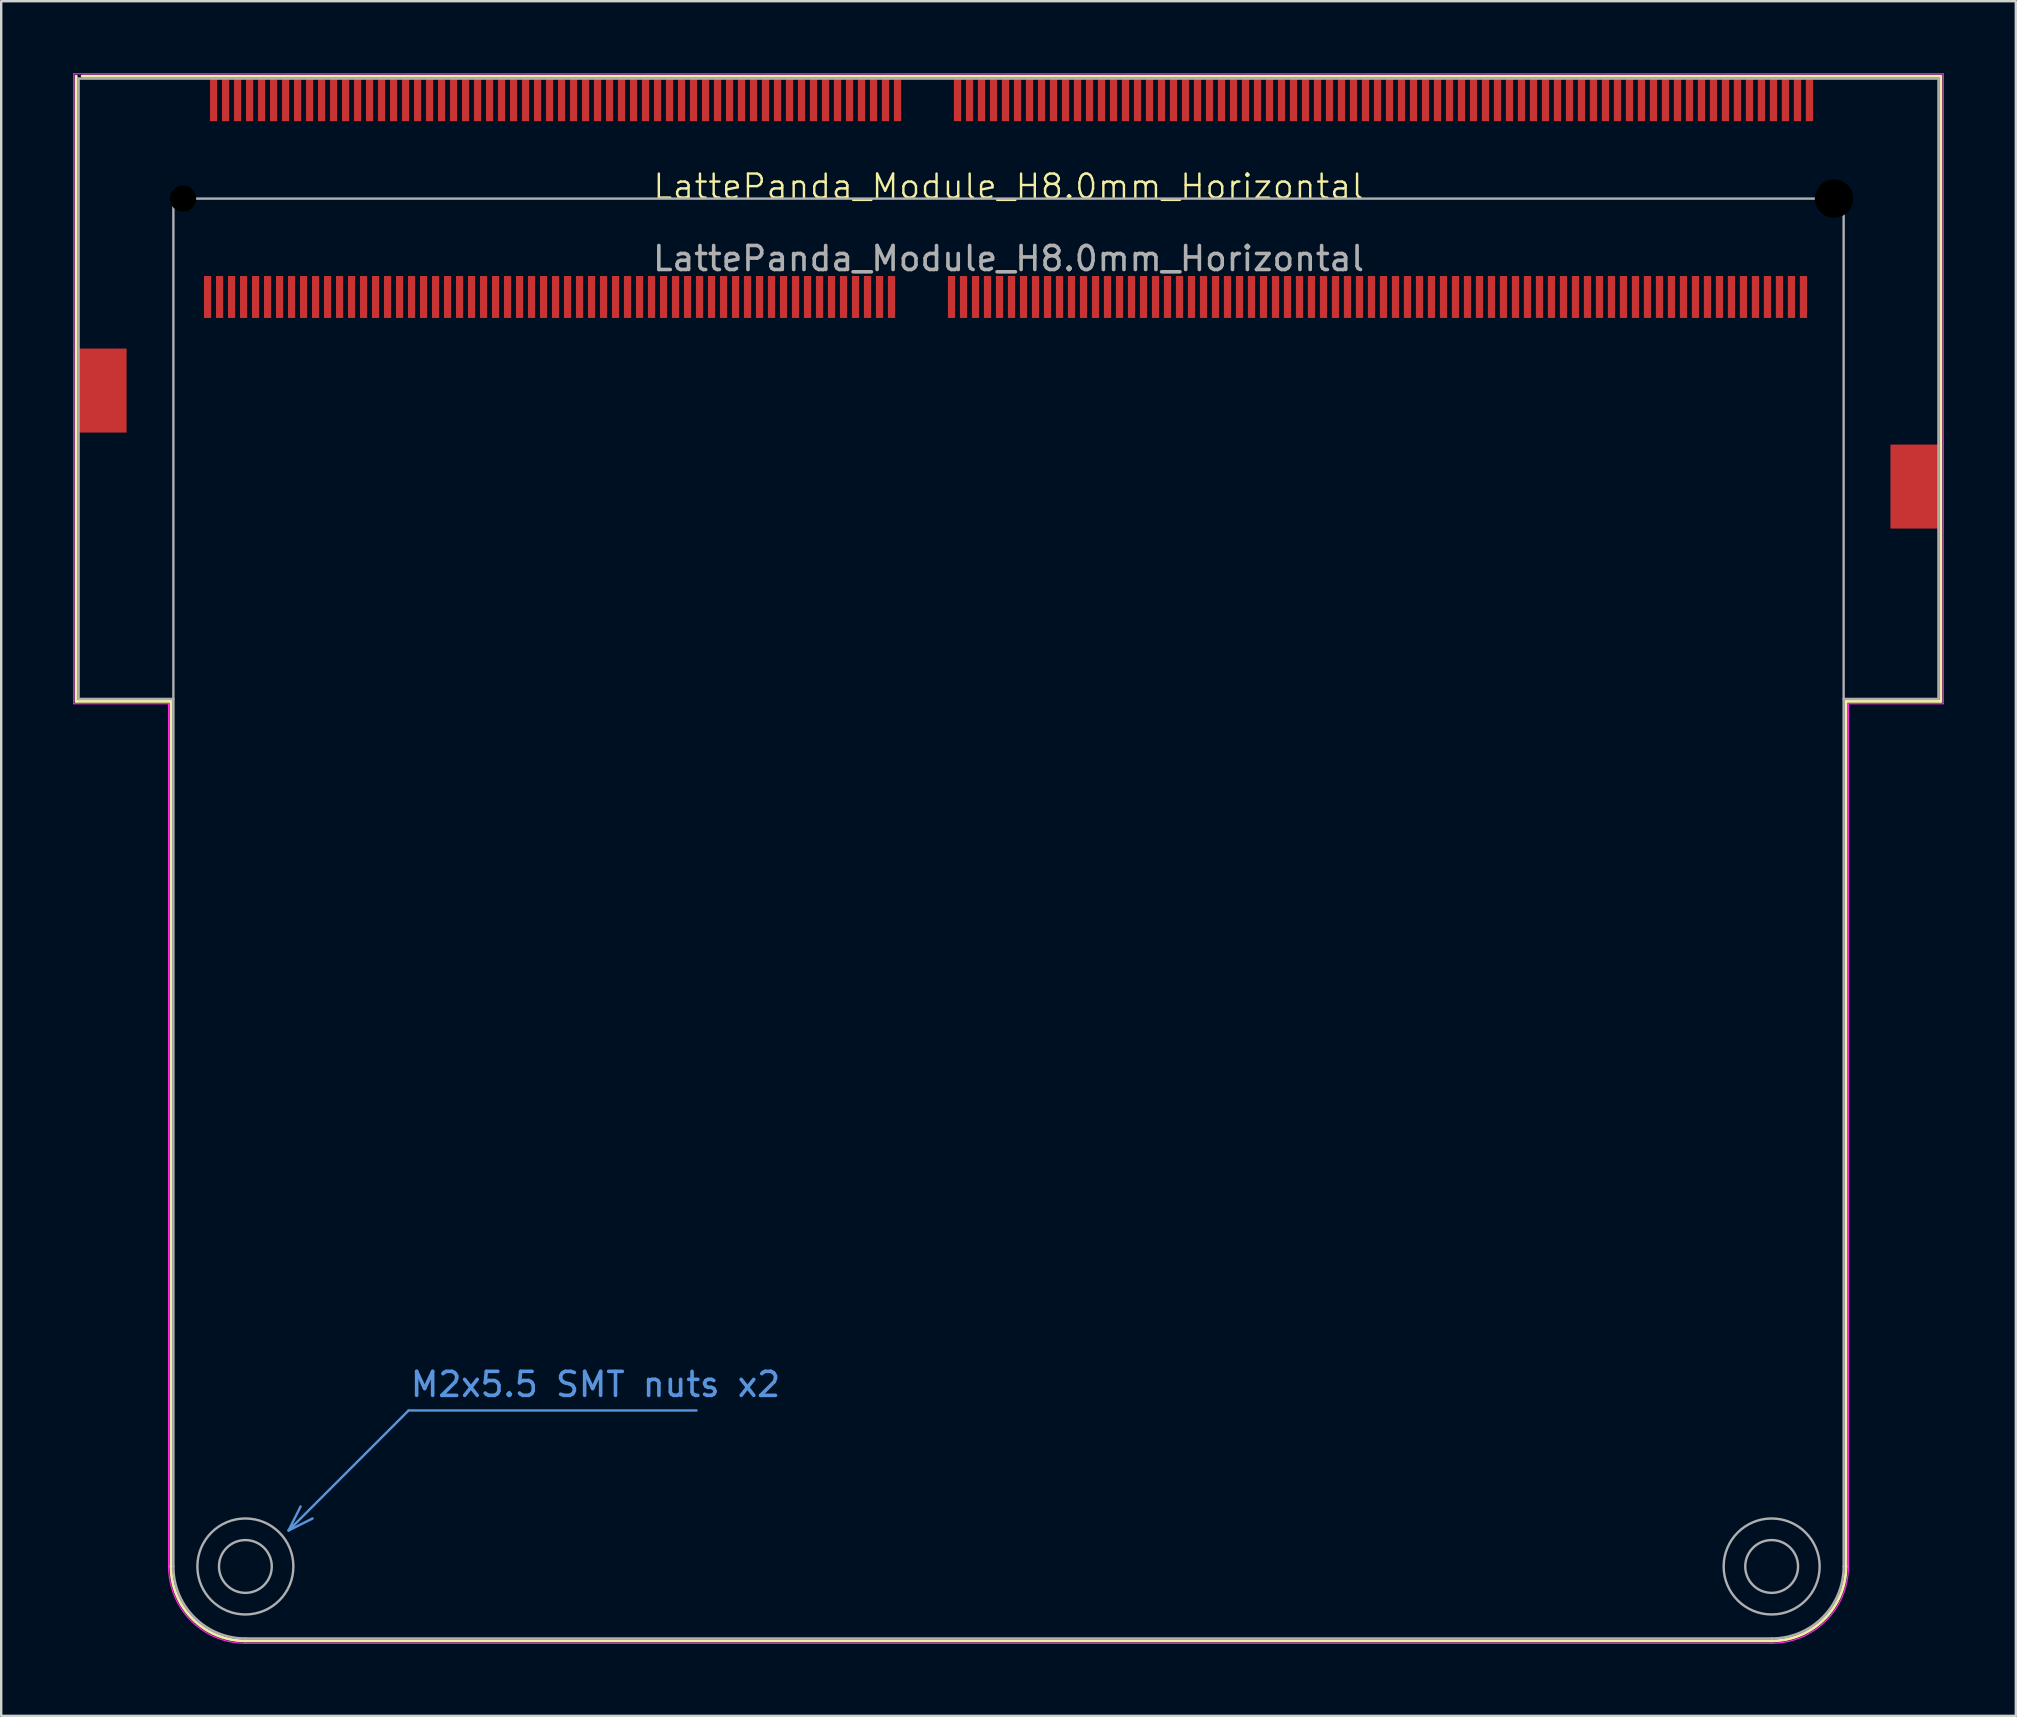
<source format=kicad_pcb>
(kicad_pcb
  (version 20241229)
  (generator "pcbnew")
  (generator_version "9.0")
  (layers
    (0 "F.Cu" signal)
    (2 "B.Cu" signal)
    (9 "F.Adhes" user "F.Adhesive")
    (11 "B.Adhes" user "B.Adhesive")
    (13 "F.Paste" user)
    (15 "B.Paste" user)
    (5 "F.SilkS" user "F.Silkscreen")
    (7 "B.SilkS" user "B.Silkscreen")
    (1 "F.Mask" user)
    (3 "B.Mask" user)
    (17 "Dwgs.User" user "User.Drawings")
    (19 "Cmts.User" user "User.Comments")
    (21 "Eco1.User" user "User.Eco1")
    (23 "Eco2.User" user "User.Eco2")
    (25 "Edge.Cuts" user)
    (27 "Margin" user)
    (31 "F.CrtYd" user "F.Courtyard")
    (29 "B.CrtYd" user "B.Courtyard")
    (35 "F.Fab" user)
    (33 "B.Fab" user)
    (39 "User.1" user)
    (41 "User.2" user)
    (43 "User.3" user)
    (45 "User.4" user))
  (footprint "LattePanda_Module_H8.0mm_Horizontal"
    (layer "F.Cu")
    (at 38.975 5.225)
    (property "Reference" "LattePanda_Module_H8.0mm_Horizontal" (at 0 -0.5 0) (unlocked yes) (layer "F.SilkS") (effects (font (size 1 1) (thickness 0.1))))
    (attr smd)
    (fp_line (start -38.85 -5.1) (end -38.85 20.95) (stroke (width 0.12) (type default)) (layer "F.SilkS"))
    (fp_line (start -38.85 20.95) (end -34.9 20.95) (stroke (width 0.12) (type default)) (layer "F.SilkS"))
    (fp_line (start -38.6 -5.1) (end 38.85 -5.1) (stroke (width 0.12) (type default)) (layer "F.SilkS"))
    (fp_line (start -34.9 57) (end -34.9 20.95) (stroke (width 0.12) (type default)) (layer "F.SilkS"))
    (fp_line (start -31.8 60.1) (end 31.8 60.1) (stroke (width 0.12) (type default)) (layer "F.SilkS"))
    (fp_line (start 34.9 20.95) (end 38.85 20.95) (stroke (width 0.12) (type default)) (layer "F.SilkS"))
    (fp_line (start 34.9 57) (end 34.9 20.95) (stroke (width 0.12) (type default)) (layer "F.SilkS"))
    (fp_line (start 38.85 -5.1) (end 38.85 20.95) (stroke (width 0.12) (type default)) (layer "F.SilkS"))
    (fp_arc (start -31.8 60.1) (mid -33.992031 59.192031) (end -34.9 57) (stroke (width 0.12) (type default)) (layer "F.SilkS"))
    (fp_arc (start 34.9 57) (mid 33.992031 59.192031) (end 31.8 60.1) (stroke (width 0.12) (type default)) (layer "F.SilkS"))
    (fp_line (start -30 55.5) (end -29.5 54.5) (stroke (width 0.1) (type default)) (layer "Cmts.User"))
    (fp_line (start -30 55.5) (end -29 55) (stroke (width 0.1) (type default)) (layer "Cmts.User"))
    (fp_line (start -25 50.5) (end -30 55.5) (stroke (width 0.1) (type default)) (layer "Cmts.User"))
    (fp_line (start -25 50.5) (end -13 50.5) (stroke (width 0.1) (type default)) (layer "Cmts.User"))
    (fp_line (start -38.95 -5.2) (end -38.95 21.05) (stroke (width 0.05) (type default)) (layer "F.CrtYd"))
    (fp_line (start -38.95 -5.2) (end 38.95 -5.2) (stroke (width 0.05) (type default)) (layer "F.CrtYd"))
    (fp_line (start -38.95 21.05) (end -35 21.05) (stroke (width 0.05) (type default)) (layer "F.CrtYd"))
    (fp_line (start -35 57) (end -35 21.05) (stroke (width 0.05) (type default)) (layer "F.CrtYd"))
    (fp_line (start -31.8 60.2) (end 31.8 60.2) (stroke (width 0.05) (type default)) (layer "F.CrtYd"))
    (fp_line (start 35 21.05) (end 38.95 21.05) (stroke (width 0.05) (type default)) (layer "F.CrtYd"))
    (fp_line (start 35 57) (end 35 21.05) (stroke (width 0.05) (type default)) (layer "F.CrtYd"))
    (fp_line (start 38.95 -5.2) (end 38.95 21.05) (stroke (width 0.05) (type default)) (layer "F.CrtYd"))
    (fp_arc (start -31.8 60.2) (mid -34.062742 59.262742) (end -35 57) (stroke (width 0.05) (type default)) (layer "F.CrtYd"))
    (fp_arc (start 35 57) (mid 34.062742 59.262742) (end 31.8 60.2) (stroke (width 0.05) (type default)) (layer "F.CrtYd"))
    (fp_line (start -38.75 -5) (end -38.75 20.85) (stroke (width 0.1) (type default)) (layer "F.Fab"))
    (fp_line (start -38.75 -5) (end 38.75 -5) (stroke (width 0.1) (type default)) (layer "F.Fab"))
    (fp_line (start -38.75 20.85) (end -34.8 20.85) (stroke (width 0.1) (type default)) (layer "F.Fab"))
    (fp_line (start -34.8 57) (end -34.8 0) (stroke (width 0.1) (type default)) (layer "F.Fab"))
    (fp_line (start -31.8 60) (end 31.8 60) (stroke (width 0.1) (type default)) (layer "F.Fab"))
    (fp_line (start 34.8 0) (end -34.8 0) (stroke (width 0.1) (type default)) (layer "F.Fab"))
    (fp_line (start 34.8 20.85) (end 38.75 20.85) (stroke (width 0.1) (type default)) (layer "F.Fab"))
    (fp_line (start 34.8 57) (end 34.8 0) (stroke (width 0.1) (type default)) (layer "F.Fab"))
    (fp_line (start 38.75 -5) (end 38.75 20.85) (stroke (width 0.1) (type default)) (layer "F.Fab"))
    (fp_arc (start -31.8 60) (mid -33.92132 59.12132) (end -34.8 57) (stroke (width 0.1) (type default)) (layer "F.Fab"))
    (fp_arc (start 34.8 57) (mid 33.92132 59.12132) (end 31.8 60) (stroke (width 0.1) (type default)) (layer "F.Fab"))
    (fp_circle (center -31.8 57) (end -30.7 57) (stroke (width 0.1) (type default)) (fill no) (layer "F.Fab"))
    (fp_circle (center -31.8 57) (end -29.8 57) (stroke (width 0.1) (type default)) (fill no) (layer "F.Fab"))
    (fp_circle (center 31.8 57) (end 32.9 57) (stroke (width 0.1) (type default)) (fill no) (layer "F.Fab"))
    (fp_circle (center 31.8 57) (end 33.8 57) (stroke (width 0.1) (type default)) (fill no) (layer "F.Fab"))
    (fp_text user "M2x5.5 SMT nuts x2" (at -25 50 0) (unlocked yes) (layer "Cmts.User") (effects (font (size 1 1) (thickness 0.15)) (justify left bottom)))
    (fp_text user "${REFERENCE}" (at 0 2.5 0) (unlocked yes) (layer "F.Fab") (effects (font (size 1 1) (thickness 0.15))))
    (pad "" np_thru_hole circle (at -34.4 0) (size 1.1 1.1) (drill 1.1) (layers "*.Mask"))
    (pad "" np_thru_hole circle (at 34.4 0) (size 1.6 1.6) (drill 1.6) (layers "*.Mask"))
    (pad "1" smd rect (at 33.375 -4.1) (size 0.3 1.75) (layers "F.Cu" "F.Mask" "F.Paste"))
    (pad "2" smd rect (at 33.125 4.1) (size 0.3 1.75) (layers "F.Cu" "F.Mask" "F.Paste"))
    (pad "3" smd rect (at 32.875 -4.1) (size 0.3 1.75) (layers "F.Cu" "F.Mask" "F.Paste"))
    (pad "4" smd rect (at 32.625 4.1) (size 0.3 1.75) (layers "F.Cu" "F.Mask" "F.Paste"))
    (pad "5" smd rect (at 32.375 -4.1) (size 0.3 1.75) (layers "F.Cu" "F.Mask" "F.Paste"))
    (pad "6" smd rect (at 32.125 4.1) (size 0.3 1.75) (layers "F.Cu" "F.Mask" "F.Paste"))
    (pad "7" smd rect (at 31.875 -4.1) (size 0.3 1.75) (layers "F.Cu" "F.Mask" "F.Paste"))
    (pad "8" smd rect (at 31.625 4.1) (size 0.3 1.75) (layers "F.Cu" "F.Mask" "F.Paste"))
    (pad "9" smd rect (at 31.375 -4.1) (size 0.3 1.75) (layers "F.Cu" "F.Mask" "F.Paste"))
    (pad "10" smd rect (at 31.125 4.1) (size 0.3 1.75) (layers "F.Cu" "F.Mask" "F.Paste"))
    (pad "11" smd rect (at 30.875 -4.1) (size 0.3 1.75) (layers "F.Cu" "F.Mask" "F.Paste"))
    (pad "12" smd rect (at 30.625 4.1) (size 0.3 1.75) (layers "F.Cu" "F.Mask" "F.Paste"))
    (pad "13" smd rect (at 30.375 -4.1) (size 0.3 1.75) (layers "F.Cu" "F.Mask" "F.Paste"))
    (pad "14" smd rect (at 30.125 4.1) (size 0.3 1.75) (layers "F.Cu" "F.Mask" "F.Paste"))
    (pad "15" smd rect (at 29.875 -4.1) (size 0.3 1.75) (layers "F.Cu" "F.Mask" "F.Paste"))
    (pad "16" smd rect (at 29.625 4.1) (size 0.3 1.75) (layers "F.Cu" "F.Mask" "F.Paste"))
    (pad "17" smd rect (at 29.375 -4.1) (size 0.3 1.75) (layers "F.Cu" "F.Mask" "F.Paste"))
    (pad "18" smd rect (at 29.125 4.1) (size 0.3 1.75) (layers "F.Cu" "F.Mask" "F.Paste"))
    (pad "19" smd rect (at 28.875 -4.1) (size 0.3 1.75) (layers "F.Cu" "F.Mask" "F.Paste"))
    (pad "20" smd rect (at 28.625 4.1) (size 0.3 1.75) (layers "F.Cu" "F.Mask" "F.Paste"))
    (pad "21" smd rect (at 28.375 -4.1) (size 0.3 1.75) (layers "F.Cu" "F.Mask" "F.Paste"))
    (pad "22" smd rect (at 28.125 4.1) (size 0.3 1.75) (layers "F.Cu" "F.Mask" "F.Paste"))
    (pad "23" smd rect (at 27.875 -4.1) (size 0.3 1.75) (layers "F.Cu" "F.Mask" "F.Paste"))
    (pad "24" smd rect (at 27.625 4.1) (size 0.3 1.75) (layers "F.Cu" "F.Mask" "F.Paste"))
    (pad "25" smd rect (at 27.375 -4.1) (size 0.3 1.75) (layers "F.Cu" "F.Mask" "F.Paste"))
    (pad "26" smd rect (at 27.125 4.1) (size 0.3 1.75) (layers "F.Cu" "F.Mask" "F.Paste"))
    (pad "27" smd rect (at 26.875 -4.1) (size 0.3 1.75) (layers "F.Cu" "F.Mask" "F.Paste"))
    (pad "28" smd rect (at 26.625 4.1) (size 0.3 1.75) (layers "F.Cu" "F.Mask" "F.Paste"))
    (pad "29" smd rect (at 26.375 -4.1) (size 0.3 1.75) (layers "F.Cu" "F.Mask" "F.Paste"))
    (pad "30" smd rect (at 26.125 4.1) (size 0.3 1.75) (layers "F.Cu" "F.Mask" "F.Paste"))
    (pad "31" smd rect (at 25.875 -4.1) (size 0.3 1.75) (layers "F.Cu" "F.Mask" "F.Paste"))
    (pad "32" smd rect (at 25.625 4.1) (size 0.3 1.75) (layers "F.Cu" "F.Mask" "F.Paste"))
    (pad "33" smd rect (at 25.375 -4.1) (size 0.3 1.75) (layers "F.Cu" "F.Mask" "F.Paste"))
    (pad "34" smd rect (at 25.125 4.1) (size 0.3 1.75) (layers "F.Cu" "F.Mask" "F.Paste"))
    (pad "35" smd rect (at 24.875 -4.1) (size 0.3 1.75) (layers "F.Cu" "F.Mask" "F.Paste"))
    (pad "36" smd rect (at 24.625 4.1) (size 0.3 1.75) (layers "F.Cu" "F.Mask" "F.Paste"))
    (pad "37" smd rect (at 24.375 -4.1) (size 0.3 1.75) (layers "F.Cu" "F.Mask" "F.Paste"))
    (pad "38" smd rect (at 24.125 4.1) (size 0.3 1.75) (layers "F.Cu" "F.Mask" "F.Paste"))
    (pad "39" smd rect (at 23.875 -4.1) (size 0.3 1.75) (layers "F.Cu" "F.Mask" "F.Paste"))
    (pad "40" smd rect (at 23.625 4.1) (size 0.3 1.75) (layers "F.Cu" "F.Mask" "F.Paste"))
    (pad "41" smd rect (at 23.375 -4.1) (size 0.3 1.75) (layers "F.Cu" "F.Mask" "F.Paste"))
    (pad "42" smd rect (at 23.125 4.1) (size 0.3 1.75) (layers "F.Cu" "F.Mask" "F.Paste"))
    (pad "43" smd rect (at 22.875 -4.1) (size 0.3 1.75) (layers "F.Cu" "F.Mask" "F.Paste"))
    (pad "44" smd rect (at 22.625 4.1) (size 0.3 1.75) (layers "F.Cu" "F.Mask" "F.Paste"))
    (pad "45" smd rect (at 22.375 -4.1) (size 0.3 1.75) (layers "F.Cu" "F.Mask" "F.Paste"))
    (pad "46" smd rect (at 22.125 4.1) (size 0.3 1.75) (layers "F.Cu" "F.Mask" "F.Paste"))
    (pad "47" smd rect (at 21.875 -4.1) (size 0.3 1.75) (layers "F.Cu" "F.Mask" "F.Paste"))
    (pad "48" smd rect (at 21.625 4.1) (size 0.3 1.75) (layers "F.Cu" "F.Mask" "F.Paste"))
    (pad "49" smd rect (at 21.375 -4.1) (size 0.3 1.75) (layers "F.Cu" "F.Mask" "F.Paste"))
    (pad "50" smd rect (at 21.125 4.1) (size 0.3 1.75) (layers "F.Cu" "F.Mask" "F.Paste"))
    (pad "51" smd rect (at 20.875 -4.1) (size 0.3 1.75) (layers "F.Cu" "F.Mask" "F.Paste"))
    (pad "52" smd rect (at 20.625 4.1) (size 0.3 1.75) (layers "F.Cu" "F.Mask" "F.Paste"))
    (pad "53" smd rect (at 20.375 -4.1) (size 0.3 1.75) (layers "F.Cu" "F.Mask" "F.Paste"))
    (pad "54" smd rect (at 20.125 4.1) (size 0.3 1.75) (layers "F.Cu" "F.Mask" "F.Paste"))
    (pad "55" smd rect (at 19.875 -4.1) (size 0.3 1.75) (layers "F.Cu" "F.Mask" "F.Paste"))
    (pad "56" smd rect (at 19.625 4.1) (size 0.3 1.75) (layers "F.Cu" "F.Mask" "F.Paste"))
    (pad "57" smd rect (at 19.375 -4.1) (size 0.3 1.75) (layers "F.Cu" "F.Mask" "F.Paste"))
    (pad "58" smd rect (at 19.125 4.1) (size 0.3 1.75) (layers "F.Cu" "F.Mask" "F.Paste"))
    (pad "59" smd rect (at 18.875 -4.1) (size 0.3 1.75) (layers "F.Cu" "F.Mask" "F.Paste"))
    (pad "60" smd rect (at 18.625 4.1) (size 0.3 1.75) (layers "F.Cu" "F.Mask" "F.Paste"))
    (pad "61" smd rect (at 18.375 -4.1) (size 0.3 1.75) (layers "F.Cu" "F.Mask" "F.Paste"))
    (pad "62" smd rect (at 18.125 4.1) (size 0.3 1.75) (layers "F.Cu" "F.Mask" "F.Paste"))
    (pad "63" smd rect (at 17.875 -4.1) (size 0.3 1.75) (layers "F.Cu" "F.Mask" "F.Paste"))
    (pad "64" smd rect (at 17.625 4.1) (size 0.3 1.75) (layers "F.Cu" "F.Mask" "F.Paste"))
    (pad "65" smd rect (at 17.375 -4.1) (size 0.3 1.75) (layers "F.Cu" "F.Mask" "F.Paste"))
    (pad "66" smd rect (at 17.125 4.1) (size 0.3 1.75) (layers "F.Cu" "F.Mask" "F.Paste"))
    (pad "67" smd rect (at 16.875 -4.1) (size 0.3 1.75) (layers "F.Cu" "F.Mask" "F.Paste"))
    (pad "68" smd rect (at 16.625 4.1) (size 0.3 1.75) (layers "F.Cu" "F.Mask" "F.Paste"))
    (pad "69" smd rect (at 16.375 -4.1) (size 0.3 1.75) (layers "F.Cu" "F.Mask" "F.Paste"))
    (pad "70" smd rect (at 16.125 4.1) (size 0.3 1.75) (layers "F.Cu" "F.Mask" "F.Paste"))
    (pad "71" smd rect (at 15.875 -4.1) (size 0.3 1.75) (layers "F.Cu" "F.Mask" "F.Paste"))
    (pad "72" smd rect (at 15.625 4.1) (size 0.3 1.75) (layers "F.Cu" "F.Mask" "F.Paste"))
    (pad "73" smd rect (at 15.375 -4.1) (size 0.3 1.75) (layers "F.Cu" "F.Mask" "F.Paste"))
    (pad "74" smd rect (at 15.125 4.1) (size 0.3 1.75) (layers "F.Cu" "F.Mask" "F.Paste"))
    (pad "75" smd rect (at 14.875 -4.1) (size 0.3 1.75) (layers "F.Cu" "F.Mask" "F.Paste"))
    (pad "76" smd rect (at 14.625 4.1) (size 0.3 1.75) (layers "F.Cu" "F.Mask" "F.Paste"))
    (pad "77" smd rect (at 14.375 -4.1) (size 0.3 1.75) (layers "F.Cu" "F.Mask" "F.Paste"))
    (pad "78" smd rect (at 14.125 4.1) (size 0.3 1.75) (layers "F.Cu" "F.Mask" "F.Paste"))
    (pad "79" smd rect (at 13.875 -4.1) (size 0.3 1.75) (layers "F.Cu" "F.Mask" "F.Paste"))
    (pad "80" smd rect (at 13.625 4.1) (size 0.3 1.75) (layers "F.Cu" "F.Mask" "F.Paste"))
    (pad "81" smd rect (at 13.375 -4.1) (size 0.3 1.75) (layers "F.Cu" "F.Mask" "F.Paste"))
    (pad "82" smd rect (at 13.125 4.1) (size 0.3 1.75) (layers "F.Cu" "F.Mask" "F.Paste"))
    (pad "83" smd rect (at 12.875 -4.1) (size 0.3 1.75) (layers "F.Cu" "F.Mask" "F.Paste"))
    (pad "84" smd rect (at 12.625 4.1) (size 0.3 1.75) (layers "F.Cu" "F.Mask" "F.Paste"))
    (pad "85" smd rect (at 12.375 -4.1) (size 0.3 1.75) (layers "F.Cu" "F.Mask" "F.Paste"))
    (pad "86" smd rect (at 12.125 4.1) (size 0.3 1.75) (layers "F.Cu" "F.Mask" "F.Paste"))
    (pad "87" smd rect (at 11.875 -4.1) (size 0.3 1.75) (layers "F.Cu" "F.Mask" "F.Paste"))
    (pad "88" smd rect (at 11.625 4.1) (size 0.3 1.75) (layers "F.Cu" "F.Mask" "F.Paste"))
    (pad "89" smd rect (at 11.375 -4.1) (size 0.3 1.75) (layers "F.Cu" "F.Mask" "F.Paste"))
    (pad "90" smd rect (at 11.125 4.1) (size 0.3 1.75) (layers "F.Cu" "F.Mask" "F.Paste"))
    (pad "91" smd rect (at 10.875 -4.1) (size 0.3 1.75) (layers "F.Cu" "F.Mask" "F.Paste"))
    (pad "92" smd rect (at 10.625 4.1) (size 0.3 1.75) (layers "F.Cu" "F.Mask" "F.Paste"))
    (pad "93" smd rect (at 10.375 -4.1) (size 0.3 1.75) (layers "F.Cu" "F.Mask" "F.Paste"))
    (pad "94" smd rect (at 10.125 4.1) (size 0.3 1.75) (layers "F.Cu" "F.Mask" "F.Paste"))
    (pad "95" smd rect (at 9.875 -4.1) (size 0.3 1.75) (layers "F.Cu" "F.Mask" "F.Paste"))
    (pad "96" smd rect (at 9.625 4.1) (size 0.3 1.75) (layers "F.Cu" "F.Mask" "F.Paste"))
    (pad "97" smd rect (at 9.375 -4.1) (size 0.3 1.75) (layers "F.Cu" "F.Mask" "F.Paste"))
    (pad "98" smd rect (at 9.125 4.1) (size 0.3 1.75) (layers "F.Cu" "F.Mask" "F.Paste"))
    (pad "99" smd rect (at 8.875 -4.1) (size 0.3 1.75) (layers "F.Cu" "F.Mask" "F.Paste"))
    (pad "100" smd rect (at 8.625 4.1) (size 0.3 1.75) (layers "F.Cu" "F.Mask" "F.Paste"))
    (pad "101" smd rect (at 8.375 -4.1) (size 0.3 1.75) (layers "F.Cu" "F.Mask" "F.Paste"))
    (pad "102" smd rect (at 8.125 4.1) (size 0.3 1.75) (layers "F.Cu" "F.Mask" "F.Paste"))
    (pad "103" smd rect (at 7.875 -4.1) (size 0.3 1.75) (layers "F.Cu" "F.Mask" "F.Paste"))
    (pad "104" smd rect (at 7.625 4.1) (size 0.3 1.75) (layers "F.Cu" "F.Mask" "F.Paste"))
    (pad "105" smd rect (at 7.375 -4.1) (size 0.3 1.75) (layers "F.Cu" "F.Mask" "F.Paste"))
    (pad "106" smd rect (at 7.125 4.1) (size 0.3 1.75) (layers "F.Cu" "F.Mask" "F.Paste"))
    (pad "107" smd rect (at 6.875 -4.1) (size 0.3 1.75) (layers "F.Cu" "F.Mask" "F.Paste"))
    (pad "108" smd rect (at 6.625 4.1) (size 0.3 1.75) (layers "F.Cu" "F.Mask" "F.Paste"))
    (pad "109" smd rect (at 6.375 -4.1) (size 0.3 1.75) (layers "F.Cu" "F.Mask" "F.Paste"))
    (pad "110" smd rect (at 6.125 4.1) (size 0.3 1.75) (layers "F.Cu" "F.Mask" "F.Paste"))
    (pad "111" smd rect (at 5.875 -4.1) (size 0.3 1.75) (layers "F.Cu" "F.Mask" "F.Paste"))
    (pad "112" smd rect (at 5.625 4.1) (size 0.3 1.75) (layers "F.Cu" "F.Mask" "F.Paste"))
    (pad "113" smd rect (at 5.375 -4.1) (size 0.3 1.75) (layers "F.Cu" "F.Mask" "F.Paste"))
    (pad "114" smd rect (at 5.125 4.1) (size 0.3 1.75) (layers "F.Cu" "F.Mask" "F.Paste"))
    (pad "115" smd rect (at 4.875 -4.1) (size 0.3 1.75) (layers "F.Cu" "F.Mask" "F.Paste"))
    (pad "116" smd rect (at 4.625 4.1) (size 0.3 1.75) (layers "F.Cu" "F.Mask" "F.Paste"))
    (pad "117" smd rect (at 4.375 -4.1) (size 0.3 1.75) (layers "F.Cu" "F.Mask" "F.Paste"))
    (pad "118" smd rect (at 4.125 4.1) (size 0.3 1.75) (layers "F.Cu" "F.Mask" "F.Paste"))
    (pad "119" smd rect (at 3.875 -4.1) (size 0.3 1.75) (layers "F.Cu" "F.Mask" "F.Paste"))
    (pad "120" smd rect (at 3.625 4.1) (size 0.3 1.75) (layers "F.Cu" "F.Mask" "F.Paste"))
    (pad "121" smd rect (at 3.375 -4.1) (size 0.3 1.75) (layers "F.Cu" "F.Mask" "F.Paste"))
    (pad "122" smd rect (at 3.125 4.1) (size 0.3 1.75) (layers "F.Cu" "F.Mask" "F.Paste"))
    (pad "123" smd rect (at 2.875 -4.1) (size 0.3 1.75) (layers "F.Cu" "F.Mask" "F.Paste"))
    (pad "124" smd rect (at 2.625 4.1) (size 0.3 1.75) (layers "F.Cu" "F.Mask" "F.Paste"))
    (pad "125" smd rect (at 2.375 -4.1) (size 0.3 1.75) (layers "F.Cu" "F.Mask" "F.Paste"))
    (pad "126" smd rect (at 2.125 4.1) (size 0.3 1.75) (layers "F.Cu" "F.Mask" "F.Paste"))
    (pad "127" smd rect (at 1.875 -4.1) (size 0.3 1.75) (layers "F.Cu" "F.Mask" "F.Paste"))
    (pad "128" smd rect (at 1.625 4.1) (size 0.3 1.75) (layers "F.Cu" "F.Mask" "F.Paste"))
    (pad "129" smd rect (at 1.375 -4.1) (size 0.3 1.75) (layers "F.Cu" "F.Mask" "F.Paste"))
    (pad "130" smd rect (at 1.125 4.1) (size 0.3 1.75) (layers "F.Cu" "F.Mask" "F.Paste"))
    (pad "131" smd rect (at 0.875 -4.1) (size 0.3 1.75) (layers "F.Cu" "F.Mask" "F.Paste"))
    (pad "132" smd rect (at 0.625 4.1) (size 0.3 1.75) (layers "F.Cu" "F.Mask" "F.Paste"))
    (pad "133" smd rect (at 0.375 -4.1) (size 0.3 1.75) (layers "F.Cu" "F.Mask" "F.Paste"))
    (pad "134" smd rect (at 0.125 4.1) (size 0.3 1.75) (layers "F.Cu" "F.Mask" "F.Paste"))
    (pad "135" smd rect (at -0.125 -4.1) (size 0.3 1.75) (layers "F.Cu" "F.Mask" "F.Paste"))
    (pad "136" smd rect (at -0.375 4.1) (size 0.3 1.75) (layers "F.Cu" "F.Mask" "F.Paste"))
    (pad "137" smd rect (at -0.625 -4.1) (size 0.3 1.75) (layers "F.Cu" "F.Mask" "F.Paste"))
    (pad "138" smd rect (at -0.875 4.1) (size 0.3 1.75) (layers "F.Cu" "F.Mask" "F.Paste"))
    (pad "139" smd rect (at -1.125 -4.1) (size 0.3 1.75) (layers "F.Cu" "F.Mask" "F.Paste"))
    (pad "140" smd rect (at -1.375 4.1) (size 0.3 1.75) (layers "F.Cu" "F.Mask" "F.Paste"))
    (pad "141" smd rect (at -1.625 -4.1) (size 0.3 1.75) (layers "F.Cu" "F.Mask" "F.Paste"))
    (pad "142" smd rect (at -1.875 4.1) (size 0.3 1.75) (layers "F.Cu" "F.Mask" "F.Paste"))
    (pad "143" smd rect (at -2.125 -4.1) (size 0.3 1.75) (layers "F.Cu" "F.Mask" "F.Paste"))
    (pad "144" smd rect (at -2.375 4.1) (size 0.3 1.75) (layers "F.Cu" "F.Mask" "F.Paste"))
    (pad "145" smd rect (at -4.625 -4.1) (size 0.3 1.75) (layers "F.Cu" "F.Mask" "F.Paste"))
    (pad "146" smd rect (at -4.875 4.1) (size 0.3 1.75) (layers "F.Cu" "F.Mask" "F.Paste"))
    (pad "147" smd rect (at -5.125 -4.1) (size 0.3 1.75) (layers "F.Cu" "F.Mask" "F.Paste"))
    (pad "148" smd rect (at -5.375 4.1) (size 0.3 1.75) (layers "F.Cu" "F.Mask" "F.Paste"))
    (pad "149" smd rect (at -5.625 -4.1) (size 0.3 1.75) (layers "F.Cu" "F.Mask" "F.Paste"))
    (pad "150" smd rect (at -5.875 4.1) (size 0.3 1.75) (layers "F.Cu" "F.Mask" "F.Paste"))
    (pad "151" smd rect (at -6.125 -4.1) (size 0.3 1.75) (layers "F.Cu" "F.Mask" "F.Paste"))
    (pad "152" smd rect (at -6.375 4.1) (size 0.3 1.75) (layers "F.Cu" "F.Mask" "F.Paste"))
    (pad "153" smd rect (at -6.625 -4.1) (size 0.3 1.75) (layers "F.Cu" "F.Mask" "F.Paste"))
    (pad "154" smd rect (at -6.875 4.1) (size 0.3 1.75) (layers "F.Cu" "F.Mask" "F.Paste"))
    (pad "155" smd rect (at -7.125 -4.1) (size 0.3 1.75) (layers "F.Cu" "F.Mask" "F.Paste"))
    (pad "156" smd rect (at -7.375 4.1) (size 0.3 1.75) (layers "F.Cu" "F.Mask" "F.Paste"))
    (pad "157" smd rect (at -7.625 -4.1) (size 0.3 1.75) (layers "F.Cu" "F.Mask" "F.Paste"))
    (pad "158" smd rect (at -7.875 4.1) (size 0.3 1.75) (layers "F.Cu" "F.Mask" "F.Paste"))
    (pad "159" smd rect (at -8.125 -4.1) (size 0.3 1.75) (layers "F.Cu" "F.Mask" "F.Paste"))
    (pad "160" smd rect (at -8.375 4.1) (size 0.3 1.75) (layers "F.Cu" "F.Mask" "F.Paste"))
    (pad "161" smd rect (at -8.625 -4.1) (size 0.3 1.75) (layers "F.Cu" "F.Mask" "F.Paste"))
    (pad "162" smd rect (at -8.875 4.1) (size 0.3 1.75) (layers "F.Cu" "F.Mask" "F.Paste"))
    (pad "163" smd rect (at -9.125 -4.1) (size 0.3 1.75) (layers "F.Cu" "F.Mask" "F.Paste"))
    (pad "164" smd rect (at -9.375 4.1) (size 0.3 1.75) (layers "F.Cu" "F.Mask" "F.Paste"))
    (pad "165" smd rect (at -9.625 -4.1) (size 0.3 1.75) (layers "F.Cu" "F.Mask" "F.Paste"))
    (pad "166" smd rect (at -9.875 4.1) (size 0.3 1.75) (layers "F.Cu" "F.Mask" "F.Paste"))
    (pad "167" smd rect (at -10.125 -4.1) (size 0.3 1.75) (layers "F.Cu" "F.Mask" "F.Paste"))
    (pad "168" smd rect (at -10.375 4.1) (size 0.3 1.75) (layers "F.Cu" "F.Mask" "F.Paste"))
    (pad "169" smd rect (at -10.625 -4.1) (size 0.3 1.75) (layers "F.Cu" "F.Mask" "F.Paste"))
    (pad "170" smd rect (at -10.875 4.1) (size 0.3 1.75) (layers "F.Cu" "F.Mask" "F.Paste"))
    (pad "171" smd rect (at -11.125 -4.1) (size 0.3 1.75) (layers "F.Cu" "F.Mask" "F.Paste"))
    (pad "172" smd rect (at -11.375 4.1) (size 0.3 1.75) (layers "F.Cu" "F.Mask" "F.Paste"))
    (pad "173" smd rect (at -11.625 -4.1) (size 0.3 1.75) (layers "F.Cu" "F.Mask" "F.Paste"))
    (pad "174" smd rect (at -11.875 4.1) (size 0.3 1.75) (layers "F.Cu" "F.Mask" "F.Paste"))
    (pad "175" smd rect (at -12.125 -4.1) (size 0.3 1.75) (layers "F.Cu" "F.Mask" "F.Paste"))
    (pad "176" smd rect (at -12.375 4.1) (size 0.3 1.75) (layers "F.Cu" "F.Mask" "F.Paste"))
    (pad "177" smd rect (at -12.625 -4.1) (size 0.3 1.75) (layers "F.Cu" "F.Mask" "F.Paste"))
    (pad "178" smd rect (at -12.875 4.1) (size 0.3 1.75) (layers "F.Cu" "F.Mask" "F.Paste"))
    (pad "179" smd rect (at -13.125 -4.1) (size 0.3 1.75) (layers "F.Cu" "F.Mask" "F.Paste"))
    (pad "180" smd rect (at -13.375 4.1) (size 0.3 1.75) (layers "F.Cu" "F.Mask" "F.Paste"))
    (pad "181" smd rect (at -13.625 -4.1) (size 0.3 1.75) (layers "F.Cu" "F.Mask" "F.Paste"))
    (pad "182" smd rect (at -13.875 4.1) (size 0.3 1.75) (layers "F.Cu" "F.Mask" "F.Paste"))
    (pad "183" smd rect (at -14.125 -4.1) (size 0.3 1.75) (layers "F.Cu" "F.Mask" "F.Paste"))
    (pad "184" smd rect (at -14.375 4.1) (size 0.3 1.75) (layers "F.Cu" "F.Mask" "F.Paste"))
    (pad "185" smd rect (at -14.625 -4.1) (size 0.3 1.75) (layers "F.Cu" "F.Mask" "F.Paste"))
    (pad "186" smd rect (at -14.875 4.1) (size 0.3 1.75) (layers "F.Cu" "F.Mask" "F.Paste"))
    (pad "187" smd rect (at -15.125 -4.1) (size 0.3 1.75) (layers "F.Cu" "F.Mask" "F.Paste"))
    (pad "188" smd rect (at -15.375 4.1) (size 0.3 1.75) (layers "F.Cu" "F.Mask" "F.Paste"))
    (pad "189" smd rect (at -15.625 -4.1) (size 0.3 1.75) (layers "F.Cu" "F.Mask" "F.Paste"))
    (pad "190" smd rect (at -15.875 4.1) (size 0.3 1.75) (layers "F.Cu" "F.Mask" "F.Paste"))
    (pad "191" smd rect (at -16.125 -4.1) (size 0.3 1.75) (layers "F.Cu" "F.Mask" "F.Paste"))
    (pad "192" smd rect (at -16.375 4.1) (size 0.3 1.75) (layers "F.Cu" "F.Mask" "F.Paste"))
    (pad "193" smd rect (at -16.625 -4.1) (size 0.3 1.75) (layers "F.Cu" "F.Mask" "F.Paste"))
    (pad "194" smd rect (at -16.875 4.1) (size 0.3 1.75) (layers "F.Cu" "F.Mask" "F.Paste"))
    (pad "195" smd rect (at -17.125 -4.1) (size 0.3 1.75) (layers "F.Cu" "F.Mask" "F.Paste"))
    (pad "196" smd rect (at -17.375 4.1) (size 0.3 1.75) (layers "F.Cu" "F.Mask" "F.Paste"))
    (pad "197" smd rect (at -17.625 -4.1) (size 0.3 1.75) (layers "F.Cu" "F.Mask" "F.Paste"))
    (pad "198" smd rect (at -17.875 4.1) (size 0.3 1.75) (layers "F.Cu" "F.Mask" "F.Paste"))
    (pad "199" smd rect (at -18.125 -4.1) (size 0.3 1.75) (layers "F.Cu" "F.Mask" "F.Paste"))
    (pad "200" smd rect (at -18.375 4.1) (size 0.3 1.75) (layers "F.Cu" "F.Mask" "F.Paste"))
    (pad "201" smd rect (at -18.625 -4.1) (size 0.3 1.75) (layers "F.Cu" "F.Mask" "F.Paste"))
    (pad "202" smd rect (at -18.875 4.1) (size 0.3 1.75) (layers "F.Cu" "F.Mask" "F.Paste"))
    (pad "203" smd rect (at -19.125 -4.1) (size 0.3 1.75) (layers "F.Cu" "F.Mask" "F.Paste"))
    (pad "204" smd rect (at -19.375 4.1) (size 0.3 1.75) (layers "F.Cu" "F.Mask" "F.Paste"))
    (pad "205" smd rect (at -19.625 -4.1) (size 0.3 1.75) (layers "F.Cu" "F.Mask" "F.Paste"))
    (pad "206" smd rect (at -19.875 4.1) (size 0.3 1.75) (layers "F.Cu" "F.Mask" "F.Paste"))
    (pad "207" smd rect (at -20.125 -4.1) (size 0.3 1.75) (layers "F.Cu" "F.Mask" "F.Paste"))
    (pad "208" smd rect (at -20.375 4.1) (size 0.3 1.75) (layers "F.Cu" "F.Mask" "F.Paste"))
    (pad "209" smd rect (at -20.625 -4.1) (size 0.3 1.75) (layers "F.Cu" "F.Mask" "F.Paste"))
    (pad "210" smd rect (at -20.875 4.1) (size 0.3 1.75) (layers "F.Cu" "F.Mask" "F.Paste"))
    (pad "211" smd rect (at -21.125 -4.1) (size 0.3 1.75) (layers "F.Cu" "F.Mask" "F.Paste"))
    (pad "212" smd rect (at -21.375 4.1) (size 0.3 1.75) (layers "F.Cu" "F.Mask" "F.Paste"))
    (pad "213" smd rect (at -21.625 -4.1) (size 0.3 1.75) (layers "F.Cu" "F.Mask" "F.Paste"))
    (pad "214" smd rect (at -21.875 4.1) (size 0.3 1.75) (layers "F.Cu" "F.Mask" "F.Paste"))
    (pad "215" smd rect (at -22.125 -4.1) (size 0.3 1.75) (layers "F.Cu" "F.Mask" "F.Paste"))
    (pad "216" smd rect (at -22.375 4.1) (size 0.3 1.75) (layers "F.Cu" "F.Mask" "F.Paste"))
    (pad "217" smd rect (at -22.625 -4.1) (size 0.3 1.75) (layers "F.Cu" "F.Mask" "F.Paste"))
    (pad "218" smd rect (at -22.875 4.1) (size 0.3 1.75) (layers "F.Cu" "F.Mask" "F.Paste"))
    (pad "219" smd rect (at -23.125 -4.1) (size 0.3 1.75) (layers "F.Cu" "F.Mask" "F.Paste"))
    (pad "220" smd rect (at -23.375 4.1) (size 0.3 1.75) (layers "F.Cu" "F.Mask" "F.Paste"))
    (pad "221" smd rect (at -23.625 -4.1) (size 0.3 1.75) (layers "F.Cu" "F.Mask" "F.Paste"))
    (pad "222" smd rect (at -23.875 4.1) (size 0.3 1.75) (layers "F.Cu" "F.Mask" "F.Paste"))
    (pad "223" smd rect (at -24.125 -4.1) (size 0.3 1.75) (layers "F.Cu" "F.Mask" "F.Paste"))
    (pad "224" smd rect (at -24.375 4.1) (size 0.3 1.75) (layers "F.Cu" "F.Mask" "F.Paste"))
    (pad "225" smd rect (at -24.625 -4.1) (size 0.3 1.75) (layers "F.Cu" "F.Mask" "F.Paste"))
    (pad "226" smd rect (at -24.875 4.1) (size 0.3 1.75) (layers "F.Cu" "F.Mask" "F.Paste"))
    (pad "227" smd rect (at -25.125 -4.1) (size 0.3 1.75) (layers "F.Cu" "F.Mask" "F.Paste"))
    (pad "228" smd rect (at -25.375 4.1) (size 0.3 1.75) (layers "F.Cu" "F.Mask" "F.Paste"))
    (pad "229" smd rect (at -25.625 -4.1) (size 0.3 1.75) (layers "F.Cu" "F.Mask" "F.Paste"))
    (pad "230" smd rect (at -25.875 4.1) (size 0.3 1.75) (layers "F.Cu" "F.Mask" "F.Paste"))
    (pad "231" smd rect (at -26.125 -4.1) (size 0.3 1.75) (layers "F.Cu" "F.Mask" "F.Paste"))
    (pad "232" smd rect (at -26.375 4.1) (size 0.3 1.75) (layers "F.Cu" "F.Mask" "F.Paste"))
    (pad "233" smd rect (at -26.625 -4.1) (size 0.3 1.75) (layers "F.Cu" "F.Mask" "F.Paste"))
    (pad "234" smd rect (at -26.875 4.1) (size 0.3 1.75) (layers "F.Cu" "F.Mask" "F.Paste"))
    (pad "235" smd rect (at -27.125 -4.1) (size 0.3 1.75) (layers "F.Cu" "F.Mask" "F.Paste"))
    (pad "236" smd rect (at -27.375 4.1) (size 0.3 1.75) (layers "F.Cu" "F.Mask" "F.Paste"))
    (pad "237" smd rect (at -27.625 -4.1) (size 0.3 1.75) (layers "F.Cu" "F.Mask" "F.Paste"))
    (pad "238" smd rect (at -27.875 4.1) (size 0.3 1.75) (layers "F.Cu" "F.Mask" "F.Paste"))
    (pad "239" smd rect (at -28.125 -4.1) (size 0.3 1.75) (layers "F.Cu" "F.Mask" "F.Paste"))
    (pad "240" smd rect (at -28.375 4.1) (size 0.3 1.75) (layers "F.Cu" "F.Mask" "F.Paste"))
    (pad "241" smd rect (at -28.625 -4.1) (size 0.3 1.75) (layers "F.Cu" "F.Mask" "F.Paste"))
    (pad "242" smd rect (at -28.875 4.1) (size 0.3 1.75) (layers "F.Cu" "F.Mask" "F.Paste"))
    (pad "243" smd rect (at -29.125 -4.1) (size 0.3 1.75) (layers "F.Cu" "F.Mask" "F.Paste"))
    (pad "244" smd rect (at -29.375 4.1) (size 0.3 1.75) (layers "F.Cu" "F.Mask" "F.Paste"))
    (pad "245" smd rect (at -29.625 -4.1) (size 0.3 1.75) (layers "F.Cu" "F.Mask" "F.Paste"))
    (pad "246" smd rect (at -29.875 4.1) (size 0.3 1.75) (layers "F.Cu" "F.Mask" "F.Paste"))
    (pad "247" smd rect (at -30.125 -4.1) (size 0.3 1.75) (layers "F.Cu" "F.Mask" "F.Paste"))
    (pad "248" smd rect (at -30.375 4.1) (size 0.3 1.75) (layers "F.Cu" "F.Mask" "F.Paste"))
    (pad "249" smd rect (at -30.625 -4.1) (size 0.3 1.75) (layers "F.Cu" "F.Mask" "F.Paste"))
    (pad "250" smd rect (at -30.875 4.1) (size 0.3 1.75) (layers "F.Cu" "F.Mask" "F.Paste"))
    (pad "251" smd rect (at -31.125 -4.1) (size 0.3 1.75) (layers "F.Cu" "F.Mask" "F.Paste"))
    (pad "252" smd rect (at -31.375 4.1) (size 0.3 1.75) (layers "F.Cu" "F.Mask" "F.Paste"))
    (pad "253" smd rect (at -31.625 -4.1) (size 0.3 1.75) (layers "F.Cu" "F.Mask" "F.Paste"))
    (pad "254" smd rect (at -31.875 4.1) (size 0.3 1.75) (layers "F.Cu" "F.Mask" "F.Paste"))
    (pad "255" smd rect (at -32.125 -4.1) (size 0.3 1.75) (layers "F.Cu" "F.Mask" "F.Paste"))
    (pad "256" smd rect (at -32.375 4.1) (size 0.3 1.75) (layers "F.Cu" "F.Mask" "F.Paste"))
    (pad "257" smd rect (at -32.625 -4.1) (size 0.3 1.75) (layers "F.Cu" "F.Mask" "F.Paste"))
    (pad "258" smd rect (at -32.875 4.1) (size 0.3 1.75) (layers "F.Cu" "F.Mask" "F.Paste"))
    (pad "259" smd rect (at -33.125 -4.1) (size 0.3 1.75) (layers "F.Cu" "F.Mask" "F.Paste"))
    (pad "260" smd rect (at -33.375 4.1) (size 0.3 1.75) (layers "F.Cu" "F.Mask" "F.Paste"))
    (pad "MP" smd rect (at -37.75 8) (size 2 3.5) (layers "F.Cu" "F.Mask" "F.Paste"))
    (pad "MP" smd rect (at 37.75 12) (size 2 3.5) (layers "F.Cu" "F.Mask" "F.Paste")))
  (gr_rect
    (start -3 -3)
    (end 80.95 68.45)
    (stroke (width 0.1) (type default))
    (fill no)
    (layer "Edge.Cuts")))
</source>
